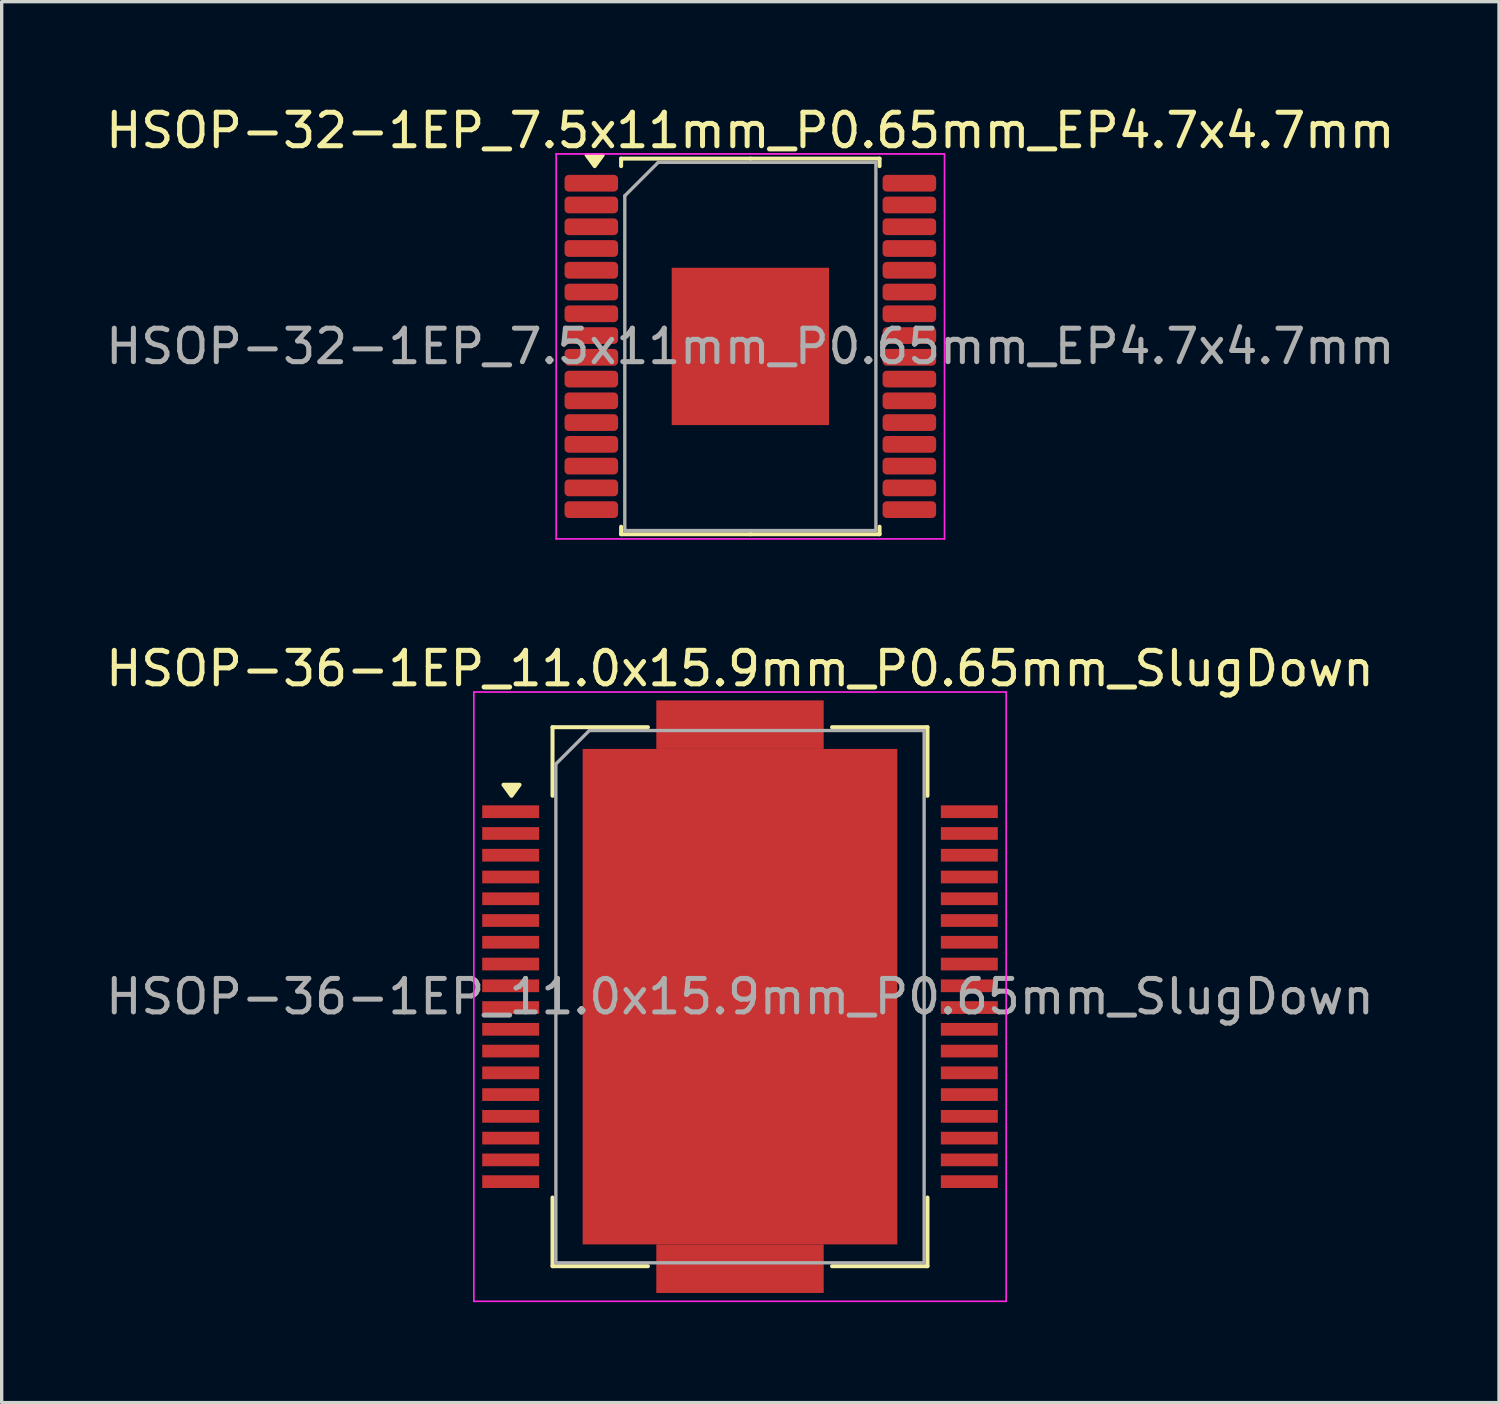
<source format=kicad_pcb>
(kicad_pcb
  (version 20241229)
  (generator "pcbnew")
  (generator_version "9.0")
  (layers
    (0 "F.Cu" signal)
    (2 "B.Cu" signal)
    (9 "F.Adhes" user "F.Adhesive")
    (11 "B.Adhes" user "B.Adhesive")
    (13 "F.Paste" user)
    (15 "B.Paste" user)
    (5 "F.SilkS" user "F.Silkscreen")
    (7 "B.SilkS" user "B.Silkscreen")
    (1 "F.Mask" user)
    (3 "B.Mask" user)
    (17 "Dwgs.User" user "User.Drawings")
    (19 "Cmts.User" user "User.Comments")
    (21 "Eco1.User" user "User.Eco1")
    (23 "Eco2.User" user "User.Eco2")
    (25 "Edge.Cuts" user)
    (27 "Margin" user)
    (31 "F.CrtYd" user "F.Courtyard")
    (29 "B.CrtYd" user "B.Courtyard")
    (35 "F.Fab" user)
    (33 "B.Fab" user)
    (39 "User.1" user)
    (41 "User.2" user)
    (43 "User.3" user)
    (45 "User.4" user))
  (footprint "HSOP-32-1EP_7.5x11mm_P0.65mm_EP4.7x4.7mm"
    (layer "F.Cu")
    (at 19.363 7.298)
    (property "Reference" "HSOP-32-1EP_7.5x11mm_P0.65mm_EP4.7x4.7mm" (at 0 -6.45 0) (layer "F.SilkS") (effects (font (size 1 1) (thickness 0.15))))
    (attr smd)
    (fp_line (start -3.86 -5.61) (end -3.86 -5.385) (stroke (width 0.12) (type solid)) (layer "F.SilkS"))
    (fp_line (start -3.86 5.61) (end -3.86 5.385) (stroke (width 0.12) (type solid)) (layer "F.SilkS"))
    (fp_line (start 0 -5.61) (end -3.86 -5.61) (stroke (width 0.12) (type solid)) (layer "F.SilkS"))
    (fp_line (start 0 -5.61) (end 3.86 -5.61) (stroke (width 0.12) (type solid)) (layer "F.SilkS"))
    (fp_line (start 0 5.61) (end -3.86 5.61) (stroke (width 0.12) (type solid)) (layer "F.SilkS"))
    (fp_line (start 0 5.61) (end 3.86 5.61) (stroke (width 0.12) (type solid)) (layer "F.SilkS"))
    (fp_line (start 3.86 -5.61) (end 3.86 -5.385) (stroke (width 0.12) (type solid)) (layer "F.SilkS"))
    (fp_line (start 3.86 5.61) (end 3.86 5.385) (stroke (width 0.12) (type solid)) (layer "F.SilkS"))
    (fp_poly (pts (xy -4.65 -5.385) (xy -4.89 -5.715) (xy -4.41 -5.715) (xy -4.65 -5.385)) (stroke (width 0.12) (type solid)) (fill yes) (layer "F.SilkS"))
    (fp_line (start -5.8 -5.75) (end -5.8 5.75) (stroke (width 0.05) (type solid)) (layer "F.CrtYd"))
    (fp_line (start -5.8 5.75) (end 5.8 5.75) (stroke (width 0.05) (type solid)) (layer "F.CrtYd"))
    (fp_line (start 5.8 -5.75) (end -5.8 -5.75) (stroke (width 0.05) (type solid)) (layer "F.CrtYd"))
    (fp_line (start 5.8 5.75) (end 5.8 -5.75) (stroke (width 0.05) (type solid)) (layer "F.CrtYd"))
    (fp_line (start -3.75 -4.5) (end -2.75 -5.5) (stroke (width 0.1) (type solid)) (layer "F.Fab"))
    (fp_line (start -3.75 5.5) (end -3.75 -4.5) (stroke (width 0.1) (type solid)) (layer "F.Fab"))
    (fp_line (start -2.75 -5.5) (end 3.75 -5.5) (stroke (width 0.1) (type solid)) (layer "F.Fab"))
    (fp_line (start 3.75 -5.5) (end 3.75 5.5) (stroke (width 0.1) (type solid)) (layer "F.Fab"))
    (fp_line (start 3.75 5.5) (end -3.75 5.5) (stroke (width 0.1) (type solid)) (layer "F.Fab"))
    (fp_text user "${REFERENCE}" (at 0 0 0) (layer "F.Fab") (effects (font (size 1 1) (thickness 0.15))))
    (pad "" smd roundrect (at -1.175 -1.175) (size 1.89 1.89) (layers "F.Paste") (roundrect_rratio 0.132))
    (pad "" smd roundrect (at -1.175 1.175) (size 1.89 1.89) (layers "F.Paste") (roundrect_rratio 0.132))
    (pad "" smd roundrect (at 1.175 -1.175) (size 1.89 1.89) (layers "F.Paste") (roundrect_rratio 0.132))
    (pad "" smd roundrect (at 1.175 1.175) (size 1.89 1.89) (layers "F.Paste") (roundrect_rratio 0.132))
    (pad "1" smd roundrect (at -4.75 -4.875) (size 1.6 0.5) (layers "F.Cu" "F.Mask" "F.Paste") (roundrect_rratio 0.25))
    (pad "2" smd roundrect (at -4.75 -4.225) (size 1.6 0.5) (layers "F.Cu" "F.Mask" "F.Paste") (roundrect_rratio 0.25))
    (pad "3" smd roundrect (at -4.75 -3.575) (size 1.6 0.5) (layers "F.Cu" "F.Mask" "F.Paste") (roundrect_rratio 0.25))
    (pad "4" smd roundrect (at -4.75 -2.925) (size 1.6 0.5) (layers "F.Cu" "F.Mask" "F.Paste") (roundrect_rratio 0.25))
    (pad "5" smd roundrect (at -4.75 -2.275) (size 1.6 0.5) (layers "F.Cu" "F.Mask" "F.Paste") (roundrect_rratio 0.25))
    (pad "6" smd roundrect (at -4.75 -1.625) (size 1.6 0.5) (layers "F.Cu" "F.Mask" "F.Paste") (roundrect_rratio 0.25))
    (pad "7" smd roundrect (at -4.75 -0.975) (size 1.6 0.5) (layers "F.Cu" "F.Mask" "F.Paste") (roundrect_rratio 0.25))
    (pad "8" smd roundrect (at -4.75 -0.325) (size 1.6 0.5) (layers "F.Cu" "F.Mask" "F.Paste") (roundrect_rratio 0.25))
    (pad "9" smd roundrect (at -4.75 0.325) (size 1.6 0.5) (layers "F.Cu" "F.Mask" "F.Paste") (roundrect_rratio 0.25))
    (pad "10" smd roundrect (at -4.75 0.975) (size 1.6 0.5) (layers "F.Cu" "F.Mask" "F.Paste") (roundrect_rratio 0.25))
    (pad "11" smd roundrect (at -4.75 1.625) (size 1.6 0.5) (layers "F.Cu" "F.Mask" "F.Paste") (roundrect_rratio 0.25))
    (pad "12" smd roundrect (at -4.75 2.275) (size 1.6 0.5) (layers "F.Cu" "F.Mask" "F.Paste") (roundrect_rratio 0.25))
    (pad "13" smd roundrect (at -4.75 2.925) (size 1.6 0.5) (layers "F.Cu" "F.Mask" "F.Paste") (roundrect_rratio 0.25))
    (pad "14" smd roundrect (at -4.75 3.575) (size 1.6 0.5) (layers "F.Cu" "F.Mask" "F.Paste") (roundrect_rratio 0.25))
    (pad "15" smd roundrect (at -4.75 4.225) (size 1.6 0.5) (layers "F.Cu" "F.Mask" "F.Paste") (roundrect_rratio 0.25))
    (pad "16" smd roundrect (at -4.75 4.875) (size 1.6 0.5) (layers "F.Cu" "F.Mask" "F.Paste") (roundrect_rratio 0.25))
    (pad "17" smd roundrect (at 4.75 4.875) (size 1.6 0.5) (layers "F.Cu" "F.Mask" "F.Paste") (roundrect_rratio 0.25))
    (pad "18" smd roundrect (at 4.75 4.225) (size 1.6 0.5) (layers "F.Cu" "F.Mask" "F.Paste") (roundrect_rratio 0.25))
    (pad "19" smd roundrect (at 4.75 3.575) (size 1.6 0.5) (layers "F.Cu" "F.Mask" "F.Paste") (roundrect_rratio 0.25))
    (pad "20" smd roundrect (at 4.75 2.925) (size 1.6 0.5) (layers "F.Cu" "F.Mask" "F.Paste") (roundrect_rratio 0.25))
    (pad "21" smd roundrect (at 4.75 2.275) (size 1.6 0.5) (layers "F.Cu" "F.Mask" "F.Paste") (roundrect_rratio 0.25))
    (pad "22" smd roundrect (at 4.75 1.625) (size 1.6 0.5) (layers "F.Cu" "F.Mask" "F.Paste") (roundrect_rratio 0.25))
    (pad "23" smd roundrect (at 4.75 0.975) (size 1.6 0.5) (layers "F.Cu" "F.Mask" "F.Paste") (roundrect_rratio 0.25))
    (pad "24" smd roundrect (at 4.75 0.325) (size 1.6 0.5) (layers "F.Cu" "F.Mask" "F.Paste") (roundrect_rratio 0.25))
    (pad "25" smd roundrect (at 4.75 -0.325) (size 1.6 0.5) (layers "F.Cu" "F.Mask" "F.Paste") (roundrect_rratio 0.25))
    (pad "26" smd roundrect (at 4.75 -0.975) (size 1.6 0.5) (layers "F.Cu" "F.Mask" "F.Paste") (roundrect_rratio 0.25))
    (pad "27" smd roundrect (at 4.75 -1.625) (size 1.6 0.5) (layers "F.Cu" "F.Mask" "F.Paste") (roundrect_rratio 0.25))
    (pad "28" smd roundrect (at 4.75 -2.275) (size 1.6 0.5) (layers "F.Cu" "F.Mask" "F.Paste") (roundrect_rratio 0.25))
    (pad "29" smd roundrect (at 4.75 -2.925) (size 1.6 0.5) (layers "F.Cu" "F.Mask" "F.Paste") (roundrect_rratio 0.25))
    (pad "30" smd roundrect (at 4.75 -3.575) (size 1.6 0.5) (layers "F.Cu" "F.Mask" "F.Paste") (roundrect_rratio 0.25))
    (pad "31" smd roundrect (at 4.75 -4.225) (size 1.6 0.5) (layers "F.Cu" "F.Mask" "F.Paste") (roundrect_rratio 0.25))
    (pad "32" smd roundrect (at 4.75 -4.875) (size 1.6 0.5) (layers "F.Cu" "F.Mask" "F.Paste") (roundrect_rratio 0.25))
    (pad "33" smd rect (at 0 0) (size 4.7 4.7) (property pad_prop_heatsink) (layers "F.Cu" "F.Mask")))
  (footprint "HSOP-36-1EP_11.0x15.9mm_P0.65mm_SlugDown"
    (layer "F.Cu")
    (at 19.054 26.721)
    (property "Reference" "HSOP-36-1EP_11.0x15.9mm_P0.65mm_SlugDown" (at 0 -9.8 0) (layer "F.SilkS") (effects (font (size 1 1) (thickness 0.15))))
    (attr smd)
    (fp_line (start -5.6 -8.05) (end -5.6 -6) (stroke (width 0.12) (type solid)) (layer "F.SilkS"))
    (fp_line (start -5.6 8.05) (end -5.6 6) (stroke (width 0.12) (type solid)) (layer "F.SilkS"))
    (fp_line (start -2.75 -8.05) (end -5.6 -8.05) (stroke (width 0.12) (type solid)) (layer "F.SilkS"))
    (fp_line (start -2.75 8.05) (end -5.6 8.05) (stroke (width 0.12) (type solid)) (layer "F.SilkS"))
    (fp_line (start 5.6 -8.05) (end 2.75 -8.05) (stroke (width 0.12) (type solid)) (layer "F.SilkS"))
    (fp_line (start 5.6 -8.05) (end 5.6 -6) (stroke (width 0.12) (type solid)) (layer "F.SilkS"))
    (fp_line (start 5.6 8.05) (end 2.75 8.05) (stroke (width 0.12) (type solid)) (layer "F.SilkS"))
    (fp_line (start 5.6 8.05) (end 5.6 6) (stroke (width 0.12) (type solid)) (layer "F.SilkS"))
    (fp_poly (pts (xy -6.825 -6) (xy -7.065 -6.33) (xy -6.585 -6.33) (xy -6.825 -6)) (stroke (width 0.12) (type solid)) (fill yes) (layer "F.SilkS"))
    (fp_line (start -7.95 -9.1) (end -7.95 9.1) (stroke (width 0.05) (type solid)) (layer "F.CrtYd"))
    (fp_line (start -7.95 -9.1) (end 7.95 -9.1) (stroke (width 0.05) (type solid)) (layer "F.CrtYd"))
    (fp_line (start 7.95 9.1) (end -7.95 9.1) (stroke (width 0.05) (type solid)) (layer "F.CrtYd"))
    (fp_line (start 7.95 9.1) (end 7.95 -9.1) (stroke (width 0.05) (type solid)) (layer "F.CrtYd"))
    (fp_line (start -5.5 -6.95) (end -5.5 7.95) (stroke (width 0.1) (type solid)) (layer "F.Fab"))
    (fp_line (start -5.5 7.95) (end 5.5 7.95) (stroke (width 0.1) (type solid)) (layer "F.Fab"))
    (fp_line (start -4.5 -7.95) (end -5.5 -6.95) (stroke (width 0.1) (type solid)) (layer "F.Fab"))
    (fp_line (start 5.5 -7.95) (end -4.5 -7.95) (stroke (width 0.1) (type solid)) (layer "F.Fab"))
    (fp_line (start 5.5 7.95) (end 5.5 -7.95) (stroke (width 0.1) (type solid)) (layer "F.Fab"))
    (fp_text user "${REFERENCE}" (at 0 0 0) (layer "F.Fab") (effects (font (size 1 1) (thickness 0.15))))
    (pad "1" smd rect (at -6.85 -5.525) (size 1.7 0.38) (layers "F.Cu" "F.Mask" "F.Paste"))
    (pad "2" smd rect (at -6.85 -4.875) (size 1.7 0.38) (layers "F.Cu" "F.Mask" "F.Paste"))
    (pad "3" smd rect (at -6.85 -4.225) (size 1.7 0.38) (layers "F.Cu" "F.Mask" "F.Paste"))
    (pad "4" smd rect (at -6.85 -3.575) (size 1.7 0.38) (layers "F.Cu" "F.Mask" "F.Paste"))
    (pad "5" smd rect (at -6.85 -2.925) (size 1.7 0.38) (layers "F.Cu" "F.Mask" "F.Paste"))
    (pad "6" smd rect (at -6.85 -2.275) (size 1.7 0.38) (layers "F.Cu" "F.Mask" "F.Paste"))
    (pad "7" smd rect (at -6.85 -1.625) (size 1.7 0.38) (layers "F.Cu" "F.Mask" "F.Paste"))
    (pad "8" smd rect (at -6.85 -0.975) (size 1.7 0.38) (layers "F.Cu" "F.Mask" "F.Paste"))
    (pad "9" smd rect (at -6.85 -0.325) (size 1.7 0.38) (layers "F.Cu" "F.Mask" "F.Paste"))
    (pad "10" smd rect (at -6.85 0.325) (size 1.7 0.38) (layers "F.Cu" "F.Mask" "F.Paste"))
    (pad "11" smd rect (at -6.85 0.975) (size 1.7 0.38) (layers "F.Cu" "F.Mask" "F.Paste"))
    (pad "12" smd rect (at -6.85 1.625) (size 1.7 0.38) (layers "F.Cu" "F.Mask" "F.Paste"))
    (pad "13" smd rect (at -6.85 2.275) (size 1.7 0.38) (layers "F.Cu" "F.Mask" "F.Paste"))
    (pad "14" smd rect (at -6.85 2.925) (size 1.7 0.38) (layers "F.Cu" "F.Mask" "F.Paste"))
    (pad "15" smd rect (at -6.85 3.575) (size 1.7 0.38) (layers "F.Cu" "F.Mask" "F.Paste"))
    (pad "16" smd rect (at -6.85 4.225) (size 1.7 0.38) (layers "F.Cu" "F.Mask" "F.Paste"))
    (pad "17" smd rect (at -6.85 4.875) (size 1.7 0.38) (layers "F.Cu" "F.Mask" "F.Paste"))
    (pad "18" smd rect (at -6.85 5.525) (size 1.7 0.38) (layers "F.Cu" "F.Mask" "F.Paste"))
    (pad "19" smd rect (at 6.85 5.525) (size 1.7 0.38) (layers "F.Cu" "F.Mask" "F.Paste"))
    (pad "20" smd rect (at 6.85 4.875) (size 1.7 0.38) (layers "F.Cu" "F.Mask" "F.Paste"))
    (pad "21" smd rect (at 6.85 4.225) (size 1.7 0.38) (layers "F.Cu" "F.Mask" "F.Paste"))
    (pad "22" smd rect (at 6.85 3.575) (size 1.7 0.38) (layers "F.Cu" "F.Mask" "F.Paste"))
    (pad "23" smd rect (at 6.85 2.925) (size 1.7 0.38) (layers "F.Cu" "F.Mask" "F.Paste"))
    (pad "24" smd rect (at 6.85 2.275) (size 1.7 0.38) (layers "F.Cu" "F.Mask" "F.Paste"))
    (pad "25" smd rect (at 6.85 1.625) (size 1.7 0.38) (layers "F.Cu" "F.Mask" "F.Paste"))
    (pad "26" smd rect (at 6.85 0.975) (size 1.7 0.38) (layers "F.Cu" "F.Mask" "F.Paste"))
    (pad "27" smd rect (at 6.85 0.325) (size 1.7 0.38) (layers "F.Cu" "F.Mask" "F.Paste"))
    (pad "28" smd rect (at 6.85 -0.325) (size 1.7 0.38) (layers "F.Cu" "F.Mask" "F.Paste"))
    (pad "29" smd rect (at 6.85 -0.975) (size 1.7 0.38) (layers "F.Cu" "F.Mask" "F.Paste"))
    (pad "30" smd rect (at 6.85 -1.625) (size 1.7 0.38) (layers "F.Cu" "F.Mask" "F.Paste"))
    (pad "31" smd rect (at 6.85 -2.275) (size 1.7 0.38) (layers "F.Cu" "F.Mask" "F.Paste"))
    (pad "32" smd rect (at 6.85 -2.925) (size 1.7 0.38) (layers "F.Cu" "F.Mask" "F.Paste"))
    (pad "33" smd rect (at 6.85 -3.575) (size 1.7 0.38) (layers "F.Cu" "F.Mask" "F.Paste"))
    (pad "34" smd rect (at 6.85 -4.225) (size 1.7 0.38) (layers "F.Cu" "F.Mask" "F.Paste"))
    (pad "35" smd rect (at 6.85 -4.875) (size 1.7 0.38) (layers "F.Cu" "F.Mask" "F.Paste"))
    (pad "36" smd rect (at 6.85 -5.525) (size 1.7 0.38) (layers "F.Cu" "F.Mask" "F.Paste"))
    (pad "37" smd rect (at 0 -8.125) (size 5 1.45) (layers "F.Cu" "F.Mask" "F.Paste"))
    (pad "37" smd rect (at 0 0) (size 9.4 14.8) (layers "F.Cu" "F.Mask" "F.Paste"))
    (pad "37" smd rect (at 0 8.125) (size 5 1.45) (layers "F.Cu" "F.Mask" "F.Paste")))
  (gr_rect
    (start -3 -3)
    (end 41.726 38.846)
    (stroke (width 0.1) (type default))
    (fill no)
    (layer "Edge.Cuts")))
</source>
